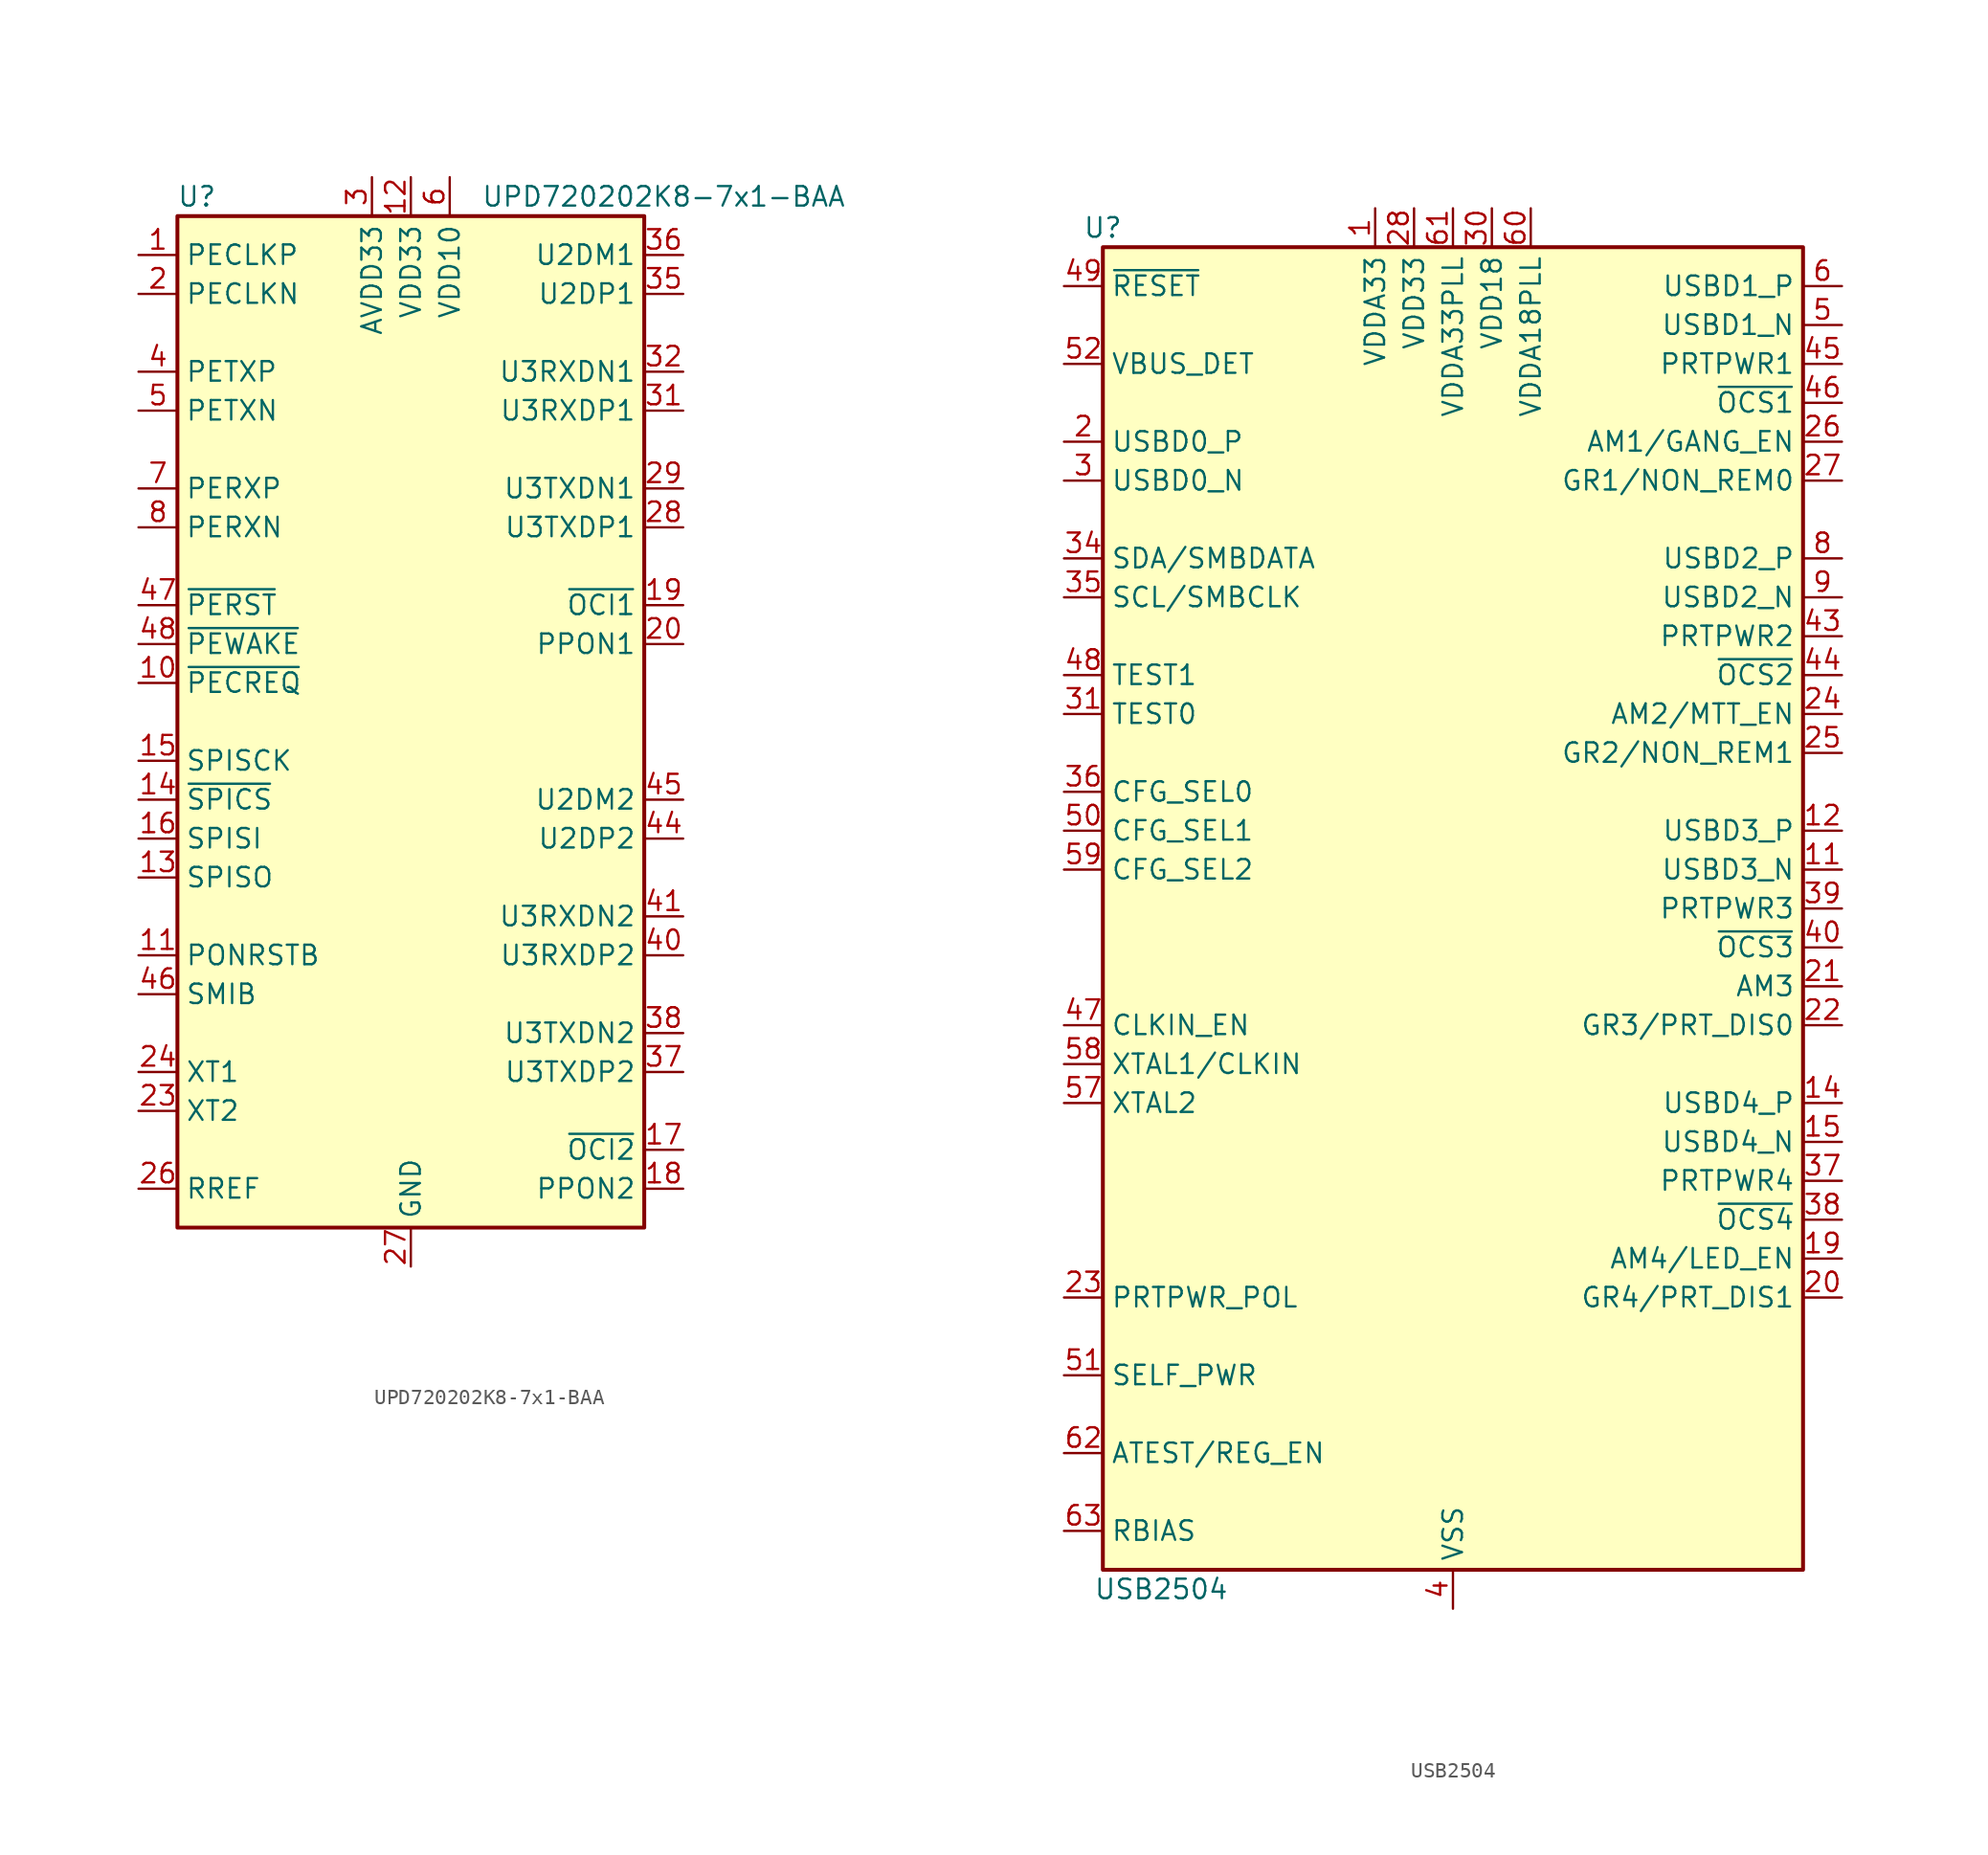
<source format=kicad_sym>
(kicad_symbol_lib
  (version 20231120)
  (generator "kicad_symbol_editor")
  (generator_version "8.0")
  (symbol "UPD720202K8-7x1-BAA"
    (property "Reference" "U"
      (at -13.97 34.29 0)
      (effects (font (size 1.27 1.27))))
    (property "Value" "UPD720202K8-7x1-BAA"
      (at 16.51 34.29 0)
      (effects (font (size 1.27 1.27))))
    (symbol "UPD720202K8-7x1-BAA_1_1"
      (rectangle (start -15.24 33.02) (end 15.24 -33.02) (stroke (width 0.254) (type default)) (fill (type background)))
      (pin input line (at -17.78 30.48 0) (length 2.54) (name "PECLKP" (effects (font (size 1.27 1.27)))) (number "1" (effects (font (size 1.27 1.27)))))
      (pin open_collector line (at -17.78 2.54 0) (length 2.54) (name "~{PECREQ}" (effects (font (size 1.27 1.27)))) (number "10" (effects (font (size 1.27 1.27)))))
      (pin input line (at -17.78 -15.24 0) (length 2.54) (name "PONRSTB" (effects (font (size 1.27 1.27)))) (number "11" (effects (font (size 1.27 1.27)))))
      (pin power_in line (at 0 35.56 270) (length 2.54) (name "VDD33" (effects (font (size 1.27 1.27)))) (number "12" (effects (font (size 1.27 1.27)))))
      (pin input line (at -17.78 -10.16 0) (length 2.54) (name "SPISO" (effects (font (size 1.27 1.27)))) (number "13" (effects (font (size 1.27 1.27)))))
      (pin output line (at -17.78 -5.08 0) (length 2.54) (name "~{SPICS}" (effects (font (size 1.27 1.27)))) (number "14" (effects (font (size 1.27 1.27)))))
      (pin output line (at -17.78 -2.54 0) (length 2.54) (name "SPISCK" (effects (font (size 1.27 1.27)))) (number "15" (effects (font (size 1.27 1.27)))))
      (pin output line (at -17.78 -7.62 0) (length 2.54) (name "SPISI" (effects (font (size 1.27 1.27)))) (number "16" (effects (font (size 1.27 1.27)))))
      (pin input line (at 17.78 -27.94 180) (length 2.54) (name "~{OCI2}" (effects (font (size 1.27 1.27)))) (number "17" (effects (font (size 1.27 1.27)))))
      (pin output line (at 17.78 -30.48 180) (length 2.54) (name "PPON2" (effects (font (size 1.27 1.27)))) (number "18" (effects (font (size 1.27 1.27)))))
      (pin input line (at 17.78 7.62 180) (length 2.54) (name "~{OCI1}" (effects (font (size 1.27 1.27)))) (number "19" (effects (font (size 1.27 1.27)))))
      (pin input line (at -17.78 27.94 0) (length 2.54) (name "PECLKN" (effects (font (size 1.27 1.27)))) (number "2" (effects (font (size 1.27 1.27)))))
      (pin output line (at 17.78 5.08 180) (length 2.54) (name "PPON1" (effects (font (size 1.27 1.27)))) (number "20" (effects (font (size 1.27 1.27)))))
      (pin passive line (at 2.54 35.56 270) (length 2.54) hide (name "VDD10" (effects (font (size 1.27 1.27)))) (number "21" (effects (font (size 1.27 1.27)))))
      (pin passive line (at 0 35.56 270) (length 2.54) hide (name "VDD33" (effects (font (size 1.27 1.27)))) (number "22" (effects (font (size 1.27 1.27)))))
      (pin output line (at -17.78 -25.4 0) (length 2.54) (name "XT2" (effects (font (size 1.27 1.27)))) (number "23" (effects (font (size 1.27 1.27)))))
      (pin input line (at -17.78 -22.86 0) (length 2.54) (name "XT1" (effects (font (size 1.27 1.27)))) (number "24" (effects (font (size 1.27 1.27)))))
      (pin passive line (at -2.54 35.56 270) (length 2.54) hide (name "AVDD33" (effects (font (size 1.27 1.27)))) (number "25" (effects (font (size 1.27 1.27)))))
      (pin passive line (at -17.78 -30.48 0) (length 2.54) (name "RREF" (effects (font (size 1.27 1.27)))) (number "26" (effects (font (size 1.27 1.27)))))
      (pin power_in line (at 0 -35.56 90) (length 2.54) (name "GND" (effects (font (size 1.27 1.27)))) (number "27" (effects (font (size 1.27 1.27)))))
      (pin bidirectional line (at 17.78 12.7 180) (length 2.54) (name "U3TXDP1" (effects (font (size 1.27 1.27)))) (number "28" (effects (font (size 1.27 1.27)))))
      (pin bidirectional line (at 17.78 15.24 180) (length 2.54) (name "U3TXDN1" (effects (font (size 1.27 1.27)))) (number "29" (effects (font (size 1.27 1.27)))))
      (pin power_in line (at -2.54 35.56 270) (length 2.54) (name "AVDD33" (effects (font (size 1.27 1.27)))) (number "3" (effects (font (size 1.27 1.27)))))
      (pin passive line (at 2.54 35.56 270) (length 2.54) hide (name "VDD10" (effects (font (size 1.27 1.27)))) (number "30" (effects (font (size 1.27 1.27)))))
      (pin bidirectional line (at 17.78 20.32 180) (length 2.54) (name "U3RXDP1" (effects (font (size 1.27 1.27)))) (number "31" (effects (font (size 1.27 1.27)))))
      (pin bidirectional line (at 17.78 22.86 180) (length 2.54) (name "U3RXDN1" (effects (font (size 1.27 1.27)))) (number "32" (effects (font (size 1.27 1.27)))))
      (pin passive line (at 2.54 35.56 270) (length 2.54) hide (name "VDD10" (effects (font (size 1.27 1.27)))) (number "33" (effects (font (size 1.27 1.27)))))
      (pin passive line (at 0 35.56 270) (length 2.54) hide (name "VDD33" (effects (font (size 1.27 1.27)))) (number "34" (effects (font (size 1.27 1.27)))))
      (pin bidirectional line (at 17.78 27.94 180) (length 2.54) (name "U2DP1" (effects (font (size 1.27 1.27)))) (number "35" (effects (font (size 1.27 1.27)))))
      (pin bidirectional line (at 17.78 30.48 180) (length 2.54) (name "U2DM1" (effects (font (size 1.27 1.27)))) (number "36" (effects (font (size 1.27 1.27)))))
      (pin bidirectional line (at 17.78 -22.86 180) (length 2.54) (name "U3TXDP2" (effects (font (size 1.27 1.27)))) (number "37" (effects (font (size 1.27 1.27)))))
      (pin bidirectional line (at 17.78 -20.32 180) (length 2.54) (name "U3TXDN2" (effects (font (size 1.27 1.27)))) (number "38" (effects (font (size 1.27 1.27)))))
      (pin passive line (at 2.54 35.56 270) (length 2.54) hide (name "VDD10" (effects (font (size 1.27 1.27)))) (number "39" (effects (font (size 1.27 1.27)))))
      (pin output line (at -17.78 22.86 0) (length 2.54) (name "PETXP" (effects (font (size 1.27 1.27)))) (number "4" (effects (font (size 1.27 1.27)))))
      (pin bidirectional line (at 17.78 -15.24 180) (length 2.54) (name "U3RXDP2" (effects (font (size 1.27 1.27)))) (number "40" (effects (font (size 1.27 1.27)))))
      (pin bidirectional line (at 17.78 -12.7 180) (length 2.54) (name "U3RXDN2" (effects (font (size 1.27 1.27)))) (number "41" (effects (font (size 1.27 1.27)))))
      (pin passive line (at 2.54 35.56 270) (length 2.54) hide (name "VDD10" (effects (font (size 1.27 1.27)))) (number "42" (effects (font (size 1.27 1.27)))))
      (pin passive line (at 0 35.56 270) (length 2.54) hide (name "VDD33" (effects (font (size 1.27 1.27)))) (number "43" (effects (font (size 1.27 1.27)))))
      (pin bidirectional line (at 17.78 -7.62 180) (length 2.54) (name "U2DP2" (effects (font (size 1.27 1.27)))) (number "44" (effects (font (size 1.27 1.27)))))
      (pin bidirectional line (at 17.78 -5.08 180) (length 2.54) (name "U2DM2" (effects (font (size 1.27 1.27)))) (number "45" (effects (font (size 1.27 1.27)))))
      (pin open_collector line (at -17.78 -17.78 0) (length 2.54) (name "SMIB" (effects (font (size 1.27 1.27)))) (number "46" (effects (font (size 1.27 1.27)))))
      (pin input line (at -17.78 7.62 0) (length 2.54) (name "~{PERST}" (effects (font (size 1.27 1.27)))) (number "47" (effects (font (size 1.27 1.27)))))
      (pin open_collector line (at -17.78 5.08 0) (length 2.54) (name "~{PEWAKE}" (effects (font (size 1.27 1.27)))) (number "48" (effects (font (size 1.27 1.27)))))
      (pin passive line (at 0 -35.56 90) (length 2.54) hide (name "GND" (effects (font (size 1.27 1.27)))) (number "49" (effects (font (size 1.27 1.27)))))
      (pin output line (at -17.78 20.32 0) (length 2.54) (name "PETXN" (effects (font (size 1.27 1.27)))) (number "5" (effects (font (size 1.27 1.27)))))
      (pin power_in line (at 2.54 35.56 270) (length 2.54) (name "VDD10" (effects (font (size 1.27 1.27)))) (number "6" (effects (font (size 1.27 1.27)))))
      (pin input line (at -17.78 15.24 0) (length 2.54) (name "PERXP" (effects (font (size 1.27 1.27)))) (number "7" (effects (font (size 1.27 1.27)))))
      (pin input line (at -17.78 12.7 0) (length 2.54) (name "PERXN" (effects (font (size 1.27 1.27)))) (number "8" (effects (font (size 1.27 1.27)))))
      (pin passive line (at 2.54 35.56 270) (length 2.54) hide (name "VDD10" (effects (font (size 1.27 1.27)))) (number "9" (effects (font (size 1.27 1.27)))))))
  (symbol "USB2504"
    (property "Reference" "U"
      (at -22.86 44.45 0)
      (effects (font (size 1.27 1.27))))
    (property "Value" "USB2504"
      (at -19.05 -44.45 0)
      (effects (font (size 1.27 1.27))))
    (symbol "USB2504_0_1"
      (rectangle (start -22.86 43.18) (end 22.86 -43.18) (stroke (width 0.254) (type default)) (fill (type background))))
    (symbol "USB2504_1_1"
      (pin power_in line (at -5.08 45.72 270) (length 2.54) (name "VDDA33" (effects (font (size 1.27 1.27)))) (number "1" (effects (font (size 1.27 1.27)))))
      (pin passive line (at 0 -45.72 90) (length 2.54) hide (name "VSS" (effects (font (size 1.27 1.27)))) (number "10" (effects (font (size 1.27 1.27)))))
      (pin bidirectional line (at 25.4 2.54 180) (length 2.54) (name "USBD3_N" (effects (font (size 1.27 1.27)))) (number "11" (effects (font (size 1.27 1.27)))))
      (pin bidirectional line (at 25.4 5.08 180) (length 2.54) (name "USBD3_P" (effects (font (size 1.27 1.27)))) (number "12" (effects (font (size 1.27 1.27)))))
      (pin passive line (at -5.08 45.72 270) (length 2.54) hide (name "VDDA33" (effects (font (size 1.27 1.27)))) (number "13" (effects (font (size 1.27 1.27)))))
      (pin bidirectional line (at 25.4 -12.7 180) (length 2.54) (name "USBD4_P" (effects (font (size 1.27 1.27)))) (number "14" (effects (font (size 1.27 1.27)))))
      (pin bidirectional line (at 25.4 -15.24 180) (length 2.54) (name "USBD4_N" (effects (font (size 1.27 1.27)))) (number "15" (effects (font (size 1.27 1.27)))))
      (pin passive line (at 0 -45.72 90) (length 2.54) hide (name "VSS" (effects (font (size 1.27 1.27)))) (number "16" (effects (font (size 1.27 1.27)))))
      (pin no_connect line (at -22.86 -15.24 0) (length 2.54) hide (name "NC" (effects (font (size 1.27 1.27)))) (number "17" (effects (font (size 1.27 1.27)))))
      (pin no_connect line (at -22.86 -17.78 0) (length 2.54) hide (name "NC" (effects (font (size 1.27 1.27)))) (number "18" (effects (font (size 1.27 1.27)))))
      (pin bidirectional line (at 25.4 -22.86 180) (length 2.54) (name "AM4/LED_EN" (effects (font (size 1.27 1.27)))) (number "19" (effects (font (size 1.27 1.27)))))
      (pin bidirectional line (at -25.4 30.48 0) (length 2.54) (name "USBD0_P" (effects (font (size 1.27 1.27)))) (number "2" (effects (font (size 1.27 1.27)))))
      (pin bidirectional line (at 25.4 -25.4 180) (length 2.54) (name "GR4/PRT_DIS1" (effects (font (size 1.27 1.27)))) (number "20" (effects (font (size 1.27 1.27)))))
      (pin bidirectional line (at 25.4 -5.08 180) (length 2.54) (name "AM3" (effects (font (size 1.27 1.27)))) (number "21" (effects (font (size 1.27 1.27)))))
      (pin bidirectional line (at 25.4 -7.62 180) (length 2.54) (name "GR3/PRT_DIS0" (effects (font (size 1.27 1.27)))) (number "22" (effects (font (size 1.27 1.27)))))
      (pin bidirectional line (at -25.4 -25.4 0) (length 2.54) (name "PRTPWR_POL" (effects (font (size 1.27 1.27)))) (number "23" (effects (font (size 1.27 1.27)))))
      (pin bidirectional line (at 25.4 12.7 180) (length 2.54) (name "AM2/MTT_EN" (effects (font (size 1.27 1.27)))) (number "24" (effects (font (size 1.27 1.27)))))
      (pin bidirectional line (at 25.4 10.16 180) (length 2.54) (name "GR2/NON_REM1" (effects (font (size 1.27 1.27)))) (number "25" (effects (font (size 1.27 1.27)))))
      (pin bidirectional line (at 25.4 30.48 180) (length 2.54) (name "AM1/GANG_EN" (effects (font (size 1.27 1.27)))) (number "26" (effects (font (size 1.27 1.27)))))
      (pin bidirectional line (at 25.4 27.94 180) (length 2.54) (name "GR1/NON_REM0" (effects (font (size 1.27 1.27)))) (number "27" (effects (font (size 1.27 1.27)))))
      (pin power_in line (at -2.54 45.72 270) (length 2.54) (name "VDD33" (effects (font (size 1.27 1.27)))) (number "28" (effects (font (size 1.27 1.27)))))
      (pin passive line (at 0 -45.72 90) (length 2.54) hide (name "VSS" (effects (font (size 1.27 1.27)))) (number "29" (effects (font (size 1.27 1.27)))))
      (pin bidirectional line (at -25.4 27.94 0) (length 2.54) (name "USBD0_N" (effects (font (size 1.27 1.27)))) (number "3" (effects (font (size 1.27 1.27)))))
      (pin power_in line (at 2.54 45.72 270) (length 2.54) (name "VDD18" (effects (font (size 1.27 1.27)))) (number "30" (effects (font (size 1.27 1.27)))))
      (pin input line (at -25.4 12.7 0) (length 2.54) (name "TEST0" (effects (font (size 1.27 1.27)))) (number "31" (effects (font (size 1.27 1.27)))))
      (pin no_connect line (at -22.86 -20.32 0) (length 2.54) hide (name "NC" (effects (font (size 1.27 1.27)))) (number "32" (effects (font (size 1.27 1.27)))))
      (pin no_connect line (at -22.86 -22.86 0) (length 2.54) hide (name "NC" (effects (font (size 1.27 1.27)))) (number "33" (effects (font (size 1.27 1.27)))))
      (pin bidirectional line (at -25.4 22.86 0) (length 2.54) (name "SDA/SMBDATA" (effects (font (size 1.27 1.27)))) (number "34" (effects (font (size 1.27 1.27)))))
      (pin bidirectional line (at -25.4 20.32 0) (length 2.54) (name "SCL/SMBCLK" (effects (font (size 1.27 1.27)))) (number "35" (effects (font (size 1.27 1.27)))))
      (pin input line (at -25.4 7.62 0) (length 2.54) (name "CFG_SEL0" (effects (font (size 1.27 1.27)))) (number "36" (effects (font (size 1.27 1.27)))))
      (pin output line (at 25.4 -17.78 180) (length 2.54) (name "PRTPWR4" (effects (font (size 1.27 1.27)))) (number "37" (effects (font (size 1.27 1.27)))))
      (pin input line (at 25.4 -20.32 180) (length 2.54) (name "~{OCS4}" (effects (font (size 1.27 1.27)))) (number "38" (effects (font (size 1.27 1.27)))))
      (pin output line (at 25.4 0 180) (length 2.54) (name "PRTPWR3" (effects (font (size 1.27 1.27)))) (number "39" (effects (font (size 1.27 1.27)))))
      (pin power_in line (at 0 -45.72 90) (length 2.54) (name "VSS" (effects (font (size 1.27 1.27)))) (number "4" (effects (font (size 1.27 1.27)))))
      (pin input line (at 25.4 -2.54 180) (length 2.54) (name "~{OCS3}" (effects (font (size 1.27 1.27)))) (number "40" (effects (font (size 1.27 1.27)))))
      (pin passive line (at 0 -45.72 90) (length 2.54) hide (name "VSS" (effects (font (size 1.27 1.27)))) (number "41" (effects (font (size 1.27 1.27)))))
      (pin passive line (at 2.54 45.72 270) (length 2.54) hide (name "VDD18" (effects (font (size 1.27 1.27)))) (number "42" (effects (font (size 1.27 1.27)))))
      (pin output line (at 25.4 17.78 180) (length 2.54) (name "PRTPWR2" (effects (font (size 1.27 1.27)))) (number "43" (effects (font (size 1.27 1.27)))))
      (pin input line (at 25.4 15.24 180) (length 2.54) (name "~{OCS2}" (effects (font (size 1.27 1.27)))) (number "44" (effects (font (size 1.27 1.27)))))
      (pin output line (at 25.4 35.56 180) (length 2.54) (name "PRTPWR1" (effects (font (size 1.27 1.27)))) (number "45" (effects (font (size 1.27 1.27)))))
      (pin input line (at 25.4 33.02 180) (length 2.54) (name "~{OCS1}" (effects (font (size 1.27 1.27)))) (number "46" (effects (font (size 1.27 1.27)))))
      (pin input line (at -25.4 -7.62 0) (length 2.54) (name "CLKIN_EN" (effects (font (size 1.27 1.27)))) (number "47" (effects (font (size 1.27 1.27)))))
      (pin input line (at -25.4 15.24 0) (length 2.54) (name "TEST1" (effects (font (size 1.27 1.27)))) (number "48" (effects (font (size 1.27 1.27)))))
      (pin input line (at -25.4 40.64 0) (length 2.54) (name "~{RESET}" (effects (font (size 1.27 1.27)))) (number "49" (effects (font (size 1.27 1.27)))))
      (pin bidirectional line (at 25.4 38.1 180) (length 2.54) (name "USBD1_N" (effects (font (size 1.27 1.27)))) (number "5" (effects (font (size 1.27 1.27)))))
      (pin input line (at -25.4 5.08 0) (length 2.54) (name "CFG_SEL1" (effects (font (size 1.27 1.27)))) (number "50" (effects (font (size 1.27 1.27)))))
      (pin input line (at -25.4 -30.48 0) (length 2.54) (name "SELF_PWR" (effects (font (size 1.27 1.27)))) (number "51" (effects (font (size 1.27 1.27)))))
      (pin bidirectional line (at -25.4 35.56 0) (length 2.54) (name "VBUS_DET" (effects (font (size 1.27 1.27)))) (number "52" (effects (font (size 1.27 1.27)))))
      (pin passive line (at 0 -45.72 90) (length 2.54) hide (name "VSS" (effects (font (size 1.27 1.27)))) (number "53" (effects (font (size 1.27 1.27)))))
      (pin passive line (at 2.54 45.72 270) (length 2.54) hide (name "VDD18" (effects (font (size 1.27 1.27)))) (number "54" (effects (font (size 1.27 1.27)))))
      (pin passive line (at 0 -45.72 90) (length 2.54) hide (name "VSS" (effects (font (size 1.27 1.27)))) (number "55" (effects (font (size 1.27 1.27)))))
      (pin no_connect line (at 22.86 -40.64 180) (length 2.54) hide (name "NC" (effects (font (size 1.27 1.27)))) (number "56" (effects (font (size 1.27 1.27)))))
      (pin output line (at -25.4 -12.7 0) (length 2.54) (name "XTAL2" (effects (font (size 1.27 1.27)))) (number "57" (effects (font (size 1.27 1.27)))))
      (pin input line (at -25.4 -10.16 0) (length 2.54) (name "XTAL1/CLKIN" (effects (font (size 1.27 1.27)))) (number "58" (effects (font (size 1.27 1.27)))))
      (pin input line (at -25.4 2.54 0) (length 2.54) (name "CFG_SEL2" (effects (font (size 1.27 1.27)))) (number "59" (effects (font (size 1.27 1.27)))))
      (pin bidirectional line (at 25.4 40.64 180) (length 2.54) (name "USBD1_P" (effects (font (size 1.27 1.27)))) (number "6" (effects (font (size 1.27 1.27)))))
      (pin power_in line (at 5.08 45.72 270) (length 2.54) (name "VDDA18PLL" (effects (font (size 1.27 1.27)))) (number "60" (effects (font (size 1.27 1.27)))))
      (pin power_in line (at 0 45.72 270) (length 2.54) (name "VDDA33PLL" (effects (font (size 1.27 1.27)))) (number "61" (effects (font (size 1.27 1.27)))))
      (pin bidirectional line (at -25.4 -35.56 0) (length 2.54) (name "ATEST/REG_EN" (effects (font (size 1.27 1.27)))) (number "62" (effects (font (size 1.27 1.27)))))
      (pin input line (at -25.4 -40.64 0) (length 2.54) (name "RBIAS" (effects (font (size 1.27 1.27)))) (number "63" (effects (font (size 1.27 1.27)))))
      (pin passive line (at 0 -45.72 90) (length 2.54) hide (name "VSS" (effects (font (size 1.27 1.27)))) (number "64" (effects (font (size 1.27 1.27)))))
      (pin passive line (at -5.08 45.72 270) (length 2.54) hide (name "VDDA33" (effects (font (size 1.27 1.27)))) (number "7" (effects (font (size 1.27 1.27)))))
      (pin bidirectional line (at 25.4 22.86 180) (length 2.54) (name "USBD2_P" (effects (font (size 1.27 1.27)))) (number "8" (effects (font (size 1.27 1.27)))))
      (pin bidirectional line (at 25.4 20.32 180) (length 2.54) (name "USBD2_N" (effects (font (size 1.27 1.27)))) (number "9" (effects (font (size 1.27 1.27))))))))
</source>
